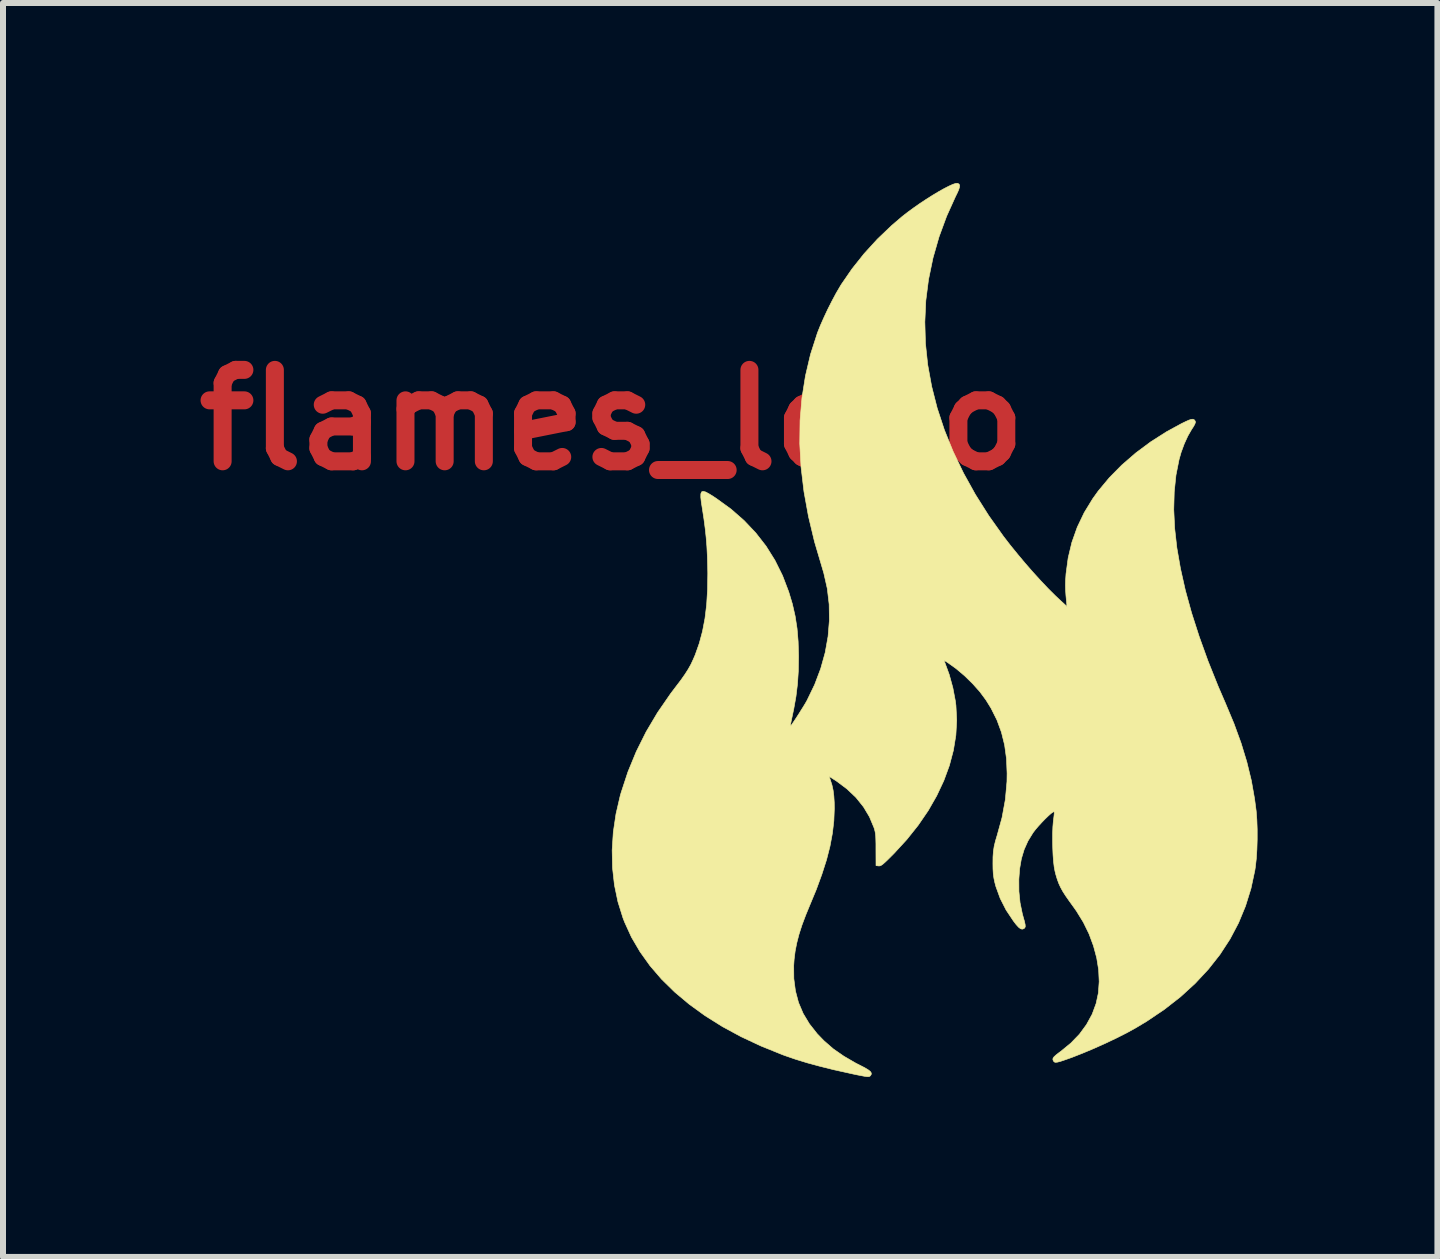
<source format=kicad_pcb>
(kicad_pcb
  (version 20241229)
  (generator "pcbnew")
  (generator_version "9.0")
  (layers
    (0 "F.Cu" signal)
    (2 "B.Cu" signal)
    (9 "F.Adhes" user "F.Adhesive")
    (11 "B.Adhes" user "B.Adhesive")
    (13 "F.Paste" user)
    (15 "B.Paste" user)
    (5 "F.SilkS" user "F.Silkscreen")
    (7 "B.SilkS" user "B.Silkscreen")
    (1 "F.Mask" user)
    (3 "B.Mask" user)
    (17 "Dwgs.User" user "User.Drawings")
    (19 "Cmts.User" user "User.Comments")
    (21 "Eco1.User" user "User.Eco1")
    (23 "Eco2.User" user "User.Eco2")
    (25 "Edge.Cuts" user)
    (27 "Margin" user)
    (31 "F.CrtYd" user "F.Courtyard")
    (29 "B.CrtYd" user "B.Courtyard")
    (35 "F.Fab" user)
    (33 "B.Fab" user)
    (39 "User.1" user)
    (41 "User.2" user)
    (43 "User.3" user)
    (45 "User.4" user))
  (footprint "flames_logo"
    (layer "F.Cu")
    (at 12.744 7.506)
    (property "Reference" "flames_logo" (at -5.588 -3.556 0) (layer "F.Cu") (effects (font (size 1.524 1.524) (thickness 0.3))))
    (attr through_hole)
    (fp_poly (pts (xy 0.19 -7.489) (xy 0.202 -7.469) (xy 0.2 -7.438) (xy 0.186 -7.392) (xy 0.157 -7.328) (xy 0.134 -7.282) (xy -0.015 -6.952) (xy -0.141 -6.61) (xy -0.242 -6.258) (xy -0.316 -5.9) (xy -0.317 -5.895) (xy -0.362 -5.544) (xy -0.378 -5.189) (xy -0.368 -4.833) (xy -0.33 -4.474) (xy -0.264 -4.113) (xy -0.172 -3.752) (xy -0.053 -3.391) (xy 0.093 -3.031) (xy 0.266 -2.671) (xy 0.464 -2.314) (xy 0.689 -1.958) (xy 0.932 -1.616) (xy 1.043 -1.472) (xy 1.165 -1.322) (xy 1.292 -1.17) (xy 1.422 -1.021) (xy 1.551 -0.879) (xy 1.674 -0.749) (xy 1.789 -0.634) (xy 1.862 -0.565) (xy 1.992 -0.446) (xy 1.984 -0.523) (xy 1.974 -0.631) (xy 1.968 -0.72) (xy 1.966 -0.8) (xy 1.968 -0.881) (xy 1.974 -0.97) (xy 1.975 -0.989) (xy 2.011 -1.257) (xy 2.073 -1.516) (xy 2.162 -1.767) (xy 2.278 -2.01) (xy 2.421 -2.244) (xy 2.512 -2.371) (xy 2.697 -2.593) (xy 2.906 -2.805) (xy 3.137 -3.005) (xy 3.387 -3.191) (xy 3.652 -3.36) (xy 3.898 -3.494) (xy 3.972 -3.53) (xy 4.026 -3.554) (xy 4.064 -3.566) (xy 4.091 -3.568) (xy 4.11 -3.56) (xy 4.118 -3.553) (xy 4.13 -3.535) (xy 4.132 -3.513) (xy 4.12 -3.481) (xy 4.094 -3.436) (xy 4.068 -3.397) (xy 4.005 -3.287) (xy 3.946 -3.158) (xy 3.894 -3.017) (xy 3.86 -2.898) (xy 3.808 -2.637) (xy 3.779 -2.358) (xy 3.771 -2.063) (xy 3.786 -1.751) (xy 3.823 -1.423) (xy 3.883 -1.078) (xy 3.964 -0.717) (xy 4.068 -0.34) (xy 4.194 0.052) (xy 4.341 0.46) (xy 4.511 0.884) (xy 4.634 1.169) (xy 4.775 1.506) (xy 4.893 1.83) (xy 4.989 2.145) (xy 5.064 2.453) (xy 5.118 2.758) (xy 5.145 2.963) (xy 5.156 3.108) (xy 5.162 3.268) (xy 5.162 3.435) (xy 5.157 3.6) (xy 5.147 3.757) (xy 5.131 3.897) (xy 5.123 3.951) (xy 5.058 4.255) (xy 4.967 4.547) (xy 4.851 4.828) (xy 4.709 5.097) (xy 4.541 5.355) (xy 4.347 5.601) (xy 4.128 5.836) (xy 3.884 6.059) (xy 3.615 6.269) (xy 3.32 6.468) (xy 3.14 6.576) (xy 2.988 6.66) (xy 2.816 6.747) (xy 2.631 6.835) (xy 2.441 6.92) (xy 2.253 6.999) (xy 2.075 7.069) (xy 1.948 7.114) (xy 1.879 7.137) (xy 1.831 7.149) (xy 1.799 7.152) (xy 1.78 7.146) (xy 1.766 7.13) (xy 1.764 7.127) (xy 1.756 7.105) (xy 1.759 7.083) (xy 1.776 7.059) (xy 1.81 7.028) (xy 1.864 6.986) (xy 1.888 6.969) (xy 2.055 6.832) (xy 2.199 6.683) (xy 2.317 6.522) (xy 2.411 6.35) (xy 2.477 6.171) (xy 2.515 5.994) (xy 2.528 5.806) (xy 2.519 5.611) (xy 2.487 5.412) (xy 2.433 5.211) (xy 2.359 5.011) (xy 2.264 4.817) (xy 2.149 4.63) (xy 2.103 4.565) (xy 2.028 4.461) (xy 1.967 4.374) (xy 1.92 4.3) (xy 1.883 4.232) (xy 1.853 4.166) (xy 1.828 4.097) (xy 1.805 4.021) (xy 1.791 3.965) (xy 1.778 3.895) (xy 1.767 3.803) (xy 1.759 3.695) (xy 1.754 3.578) (xy 1.752 3.457) (xy 1.752 3.338) (xy 1.756 3.228) (xy 1.764 3.134) (xy 1.767 3.109) (xy 1.775 3.045) (xy 1.779 3.004) (xy 1.779 2.982) (xy 1.774 2.975) (xy 1.765 2.977) (xy 1.759 2.98) (xy 1.726 3.003) (xy 1.681 3.043) (xy 1.627 3.095) (xy 1.57 3.154) (xy 1.515 3.214) (xy 1.466 3.271) (xy 1.429 3.32) (xy 1.426 3.323) (xy 1.341 3.462) (xy 1.277 3.605) (xy 1.231 3.758) (xy 1.202 3.925) (xy 1.189 4.099) (xy 1.19 4.302) (xy 1.209 4.491) (xy 1.247 4.676) (xy 1.264 4.738) (xy 1.284 4.808) (xy 1.294 4.857) (xy 1.296 4.889) (xy 1.288 4.91) (xy 1.272 4.923) (xy 1.269 4.925) (xy 1.244 4.932) (xy 1.216 4.924) (xy 1.184 4.899) (xy 1.143 4.854) (xy 1.098 4.795) (xy 0.976 4.612) (xy 0.878 4.419) (xy 0.806 4.221) (xy 0.788 4.153) (xy 0.773 4.082) (xy 0.763 4.009) (xy 0.758 3.926) (xy 0.757 3.838) (xy 0.758 3.728) (xy 0.765 3.634) (xy 0.778 3.549) (xy 0.8 3.459) (xy 0.826 3.373) (xy 0.909 3.072) (xy 0.964 2.772) (xy 0.991 2.473) (xy 0.993 2.335) (xy 0.983 2.091) (xy 0.952 1.864) (xy 0.899 1.65) (xy 0.824 1.446) (xy 0.726 1.25) (xy 0.64 1.111) (xy 0.54 0.976) (xy 0.419 0.84) (xy 0.284 0.708) (xy 0.142 0.588) (xy -0.001 0.486) (xy -0.02 0.474) (xy -0.047 0.458) (xy -0.056 0.457) (xy -0.051 0.471) (xy -0.05 0.474) (xy 0.028 0.687) (xy 0.089 0.909) (xy 0.131 1.131) (xy 0.14 1.202) (xy 0.153 1.449) (xy 0.139 1.699) (xy 0.098 1.951) (xy 0.031 2.204) (xy -0.062 2.457) (xy -0.18 2.708) (xy -0.322 2.956) (xy -0.489 3.2) (xy -0.679 3.438) (xy -0.892 3.67) (xy -0.92 3.698) (xy -0.986 3.764) (xy -1.035 3.811) (xy -1.072 3.844) (xy -1.099 3.864) (xy -1.119 3.875) (xy -1.137 3.878) (xy -1.148 3.878) (xy -1.192 3.873) (xy -1.193 3.605) (xy -1.193 3.509) (xy -1.195 3.436) (xy -1.197 3.38) (xy -1.202 3.336) (xy -1.209 3.299) (xy -1.218 3.263) (xy -1.226 3.239) (xy -1.301 3.06) (xy -1.401 2.893) (xy -1.526 2.737) (xy -1.677 2.594) (xy -1.853 2.462) (xy -1.894 2.436) (xy -1.974 2.385) (xy -1.953 2.445) (xy -1.926 2.53) (xy -1.907 2.617) (xy -1.895 2.712) (xy -1.888 2.822) (xy -1.887 2.928) (xy -1.895 3.128) (xy -1.919 3.334) (xy -1.959 3.549) (xy -2.017 3.776) (xy -2.094 4.016) (xy -2.188 4.273) (xy -2.287 4.511) (xy -2.364 4.698) (xy -2.427 4.866) (xy -2.476 5.019) (xy -2.513 5.162) (xy -2.54 5.3) (xy -2.557 5.436) (xy -2.564 5.539) (xy -2.562 5.757) (xy -2.535 5.962) (xy -2.484 6.155) (xy -2.407 6.337) (xy -2.303 6.51) (xy -2.173 6.675) (xy -2.06 6.792) (xy -1.905 6.927) (xy -1.728 7.05) (xy -1.528 7.166) (xy -1.463 7.199) (xy -1.381 7.241) (xy -1.323 7.276) (xy -1.287 7.304) (xy -1.271 7.329) (xy -1.271 7.352) (xy -1.284 7.373) (xy -1.293 7.382) (xy -1.305 7.388) (xy -1.323 7.391) (xy -1.35 7.389) (xy -1.391 7.383) (xy -1.449 7.372) (xy -1.526 7.357) (xy -1.627 7.335) (xy -1.644 7.331) (xy -1.901 7.274) (xy -2.133 7.216) (xy -2.343 7.159) (xy -2.535 7.1) (xy -2.712 7.039) (xy -2.75 7.025) (xy -3.106 6.881) (xy -3.44 6.725) (xy -3.752 6.556) (xy -4.041 6.375) (xy -4.306 6.183) (xy -4.548 5.98) (xy -4.766 5.766) (xy -4.959 5.542) (xy -5.126 5.308) (xy -5.268 5.066) (xy -5.383 4.814) (xy -5.41 4.744) (xy -5.494 4.475) (xy -5.552 4.196) (xy -5.584 3.908) (xy -5.59 3.614) (xy -5.571 3.314) (xy -5.526 3.011) (xy -5.455 2.705) (xy -5.441 2.657) (xy -5.327 2.31) (xy -5.188 1.972) (xy -5.024 1.643) (xy -4.833 1.321) (xy -4.615 1.005) (xy -4.527 0.889) (xy -4.444 0.78) (xy -4.378 0.686) (xy -4.323 0.6) (xy -4.277 0.518) (xy -4.237 0.432) (xy -4.206 0.36) (xy -4.138 0.168) (xy -4.084 -0.033) (xy -4.043 -0.247) (xy -4.015 -0.478) (xy -4 -0.727) (xy -3.996 -0.998) (xy -3.998 -1.108) (xy -4.003 -1.284) (xy -4.011 -1.443) (xy -4.023 -1.593) (xy -4.039 -1.743) (xy -4.06 -1.903) (xy -4.087 -2.079) (xy -4.104 -2.186) (xy -4.113 -2.268) (xy -4.112 -2.324) (xy -4.1 -2.356) (xy -4.075 -2.366) (xy -4.034 -2.356) (xy -3.977 -2.326) (xy -3.9 -2.278) (xy -3.852 -2.246) (xy -3.609 -2.07) (xy -3.391 -1.879) (xy -3.196 -1.673) (xy -3.024 -1.452) (xy -2.876 -1.215) (xy -2.75 -0.961) (xy -2.647 -0.691) (xy -2.586 -0.488) (xy -2.54 -0.286) (xy -2.508 -0.08) (xy -2.49 0.137) (xy -2.483 0.372) (xy -2.483 0.402) (xy -2.487 0.632) (xy -2.501 0.845) (xy -2.526 1.052) (xy -2.563 1.261) (xy -2.59 1.389) (xy -2.603 1.451) (xy -2.613 1.502) (xy -2.619 1.536) (xy -2.619 1.548) (xy -2.61 1.539) (xy -2.589 1.51) (xy -2.559 1.466) (xy -2.522 1.411) (xy -2.482 1.349) (xy -2.442 1.285) (xy -2.403 1.223) (xy -2.369 1.167) (xy -2.343 1.121) (xy -2.34 1.115) (xy -2.214 0.854) (xy -2.114 0.589) (xy -2.039 0.321) (xy -1.991 0.052) (xy -1.969 -0.216) (xy -1.973 -0.483) (xy -2.004 -0.745) (xy -2.062 -1.002) (xy -2.089 -1.094) (xy -2.217 -1.526) (xy -2.318 -1.949) (xy -2.393 -2.363) (xy -2.441 -2.767) (xy -2.463 -3.162) (xy -2.458 -3.548) (xy -2.426 -3.924) (xy -2.368 -4.291) (xy -2.284 -4.648) (xy -2.172 -4.996) (xy -2.165 -5.016) (xy -2.119 -5.131) (xy -2.061 -5.262) (xy -1.996 -5.401) (xy -1.926 -5.539) (xy -1.856 -5.67) (xy -1.789 -5.784) (xy -1.771 -5.814) (xy -1.592 -6.074) (xy -1.39 -6.328) (xy -1.168 -6.571) (xy -0.929 -6.799) (xy -0.75 -6.952) (xy -0.658 -7.023) (xy -0.558 -7.096) (xy -0.455 -7.168) (xy -0.35 -7.237) (xy -0.247 -7.302) (xy -0.149 -7.361) (xy -0.058 -7.412) (xy 0.022 -7.453) (xy 0.088 -7.483) (xy 0.137 -7.499) (xy 0.166 -7.501) (xy 0.19 -7.489)) (stroke (width 0.01) (type solid)) (fill yes) (layer "F.SilkS")))
  (gr_rect
    (start -3 -3)
    (end 20.91 17.902)
    (stroke (width 0.1) (type default))
    (fill no)
    (layer "Edge.Cuts")))
</source>
